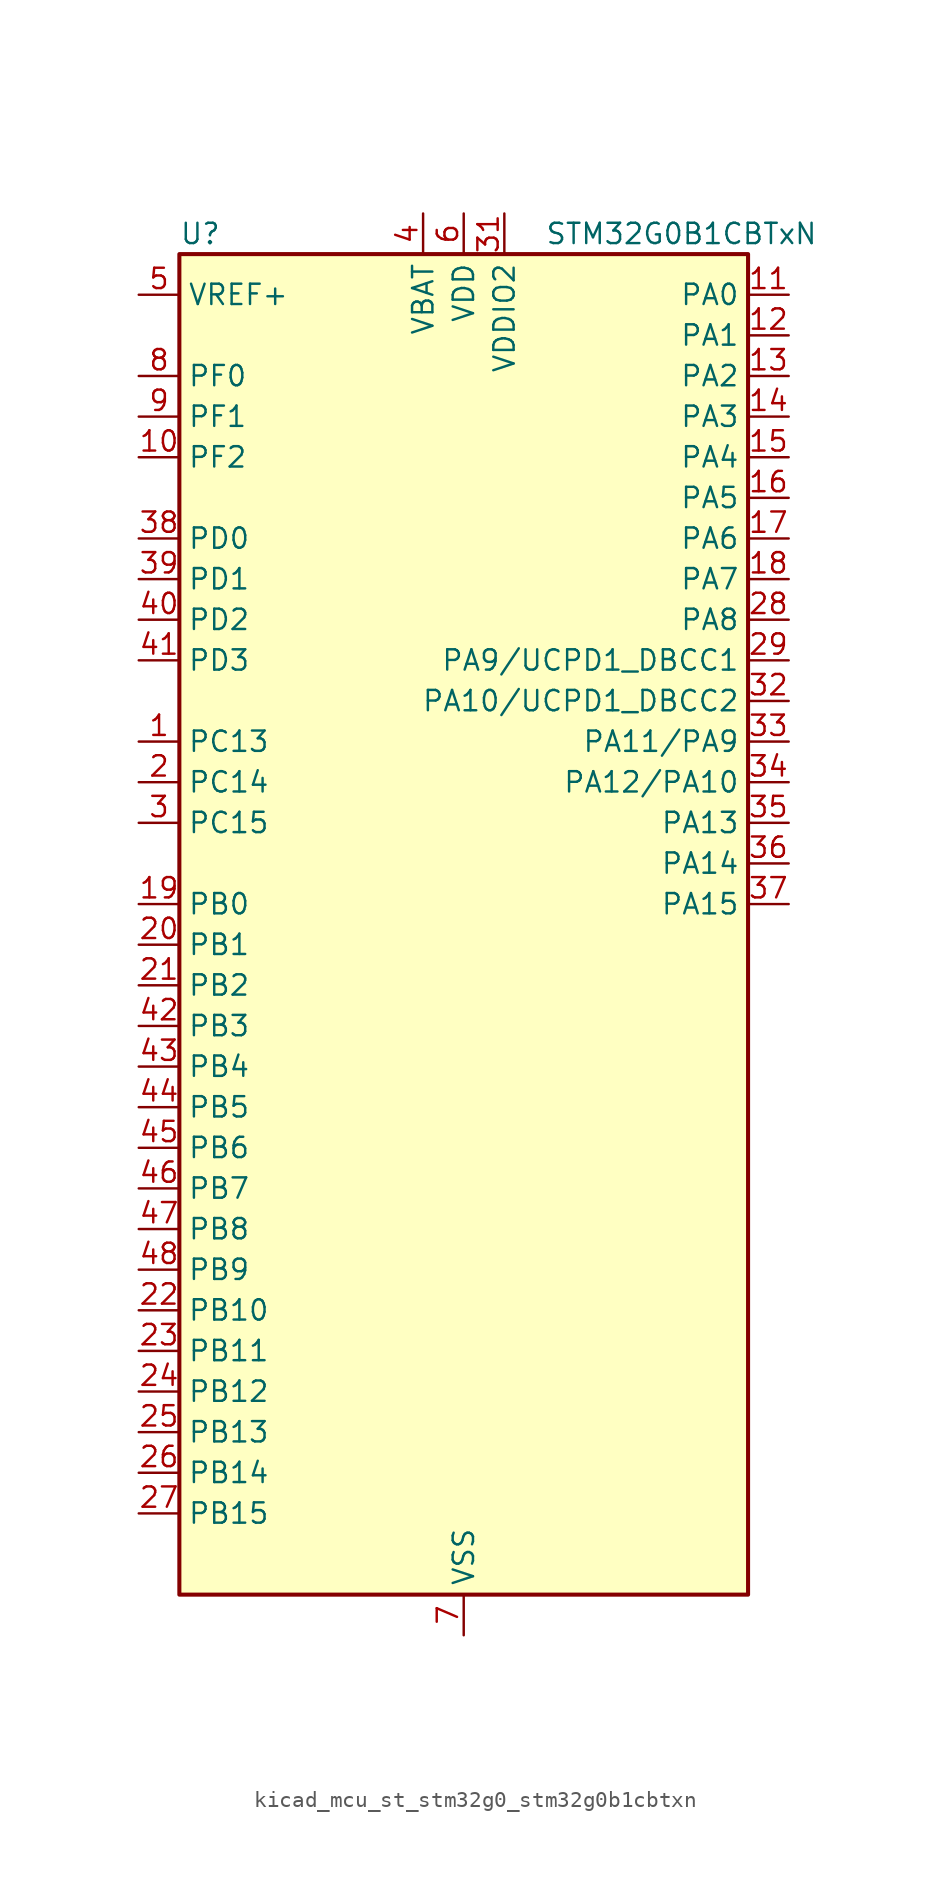
<source format=kicad_sym>
(kicad_symbol_lib
  (version 20220914)
  (generator kicad_symbol_editor)
  (symbol "kicad_mcu_st_stm32g0_stm32g0b1cbtxn"
    (property "Reference" "U"
      (at -17.78 44.45 0)
      (effects (font (size 1.27 1.27)) (justify left)))
    (property "Value" "STM32G0B1CBTxN"
      (at 5.08 44.45 0)
      (effects (font (size 1.27 1.27)) (justify left)))
    (property "ki_locked" ""
      (at 0 0 0)
      (effects (font (size 1.27 1.27))))
    (symbol "kicad_mcu_st_stm32g0_stm32g0b1cbtxn_0_1"
      (rectangle (start -17.78 -40.64) (end 17.78 43.18) (stroke (width 0.254) (type default)) (fill (type background))))
    (symbol "kicad_mcu_st_stm32g0_stm32g0b1cbtxn_1_1"
      (pin bidirectional line (at -20.32 12.7 0) (length 2.54) (name "PC13" (effects (font (size 1.27 1.27)))) (number "1" (effects (font (size 1.27 1.27)))) (alternate "RTC_OUT1" bidirectional line) (alternate "RTC_TAMP_IN1" bidirectional line) (alternate "RTC_TS" bidirectional line) (alternate "SYS_WKUP2" bidirectional line) (alternate "TIM1_BK" bidirectional line))
      (pin bidirectional line (at -20.32 30.48 0) (length 2.54) (name "PF2" (effects (font (size 1.27 1.27)))) (number "10" (effects (font (size 1.27 1.27)))) (alternate "LPUART2_DE" bidirectional line) (alternate "LPUART2_RTS" bidirectional line) (alternate "LPUART2_TX" bidirectional line) (alternate "RCC_MCO" bidirectional line))
      (pin bidirectional line (at 20.32 40.64 180) (length 2.54) (name "PA0" (effects (font (size 1.27 1.27)))) (number "11" (effects (font (size 1.27 1.27)))) (alternate "ADC1_IN0" bidirectional line) (alternate "COMP1_INM" bidirectional line) (alternate "COMP1_OUT" bidirectional line) (alternate "I2S2_CK" bidirectional line) (alternate "LPTIM1_OUT" bidirectional line) (alternate "RTC_TAMP_IN2" bidirectional line) (alternate "SPI2_SCK" bidirectional line) (alternate "SYS_WKUP1" bidirectional line) (alternate "TIM2_CH1" bidirectional line) (alternate "TIM2_ETR" bidirectional line) (alternate "UCPD2_FRSTX1" bidirectional line) (alternate "UCPD2_FRSTX2" bidirectional line) (alternate "USART2_CTS" bidirectional line) (alternate "USART2_NSS" bidirectional line) (alternate "USART4_TX" bidirectional line))
      (pin bidirectional line (at 20.32 38.1 180) (length 2.54) (name "PA1" (effects (font (size 1.27 1.27)))) (number "12" (effects (font (size 1.27 1.27)))) (alternate "ADC1_IN1" bidirectional line) (alternate "COMP1_INP" bidirectional line) (alternate "I2C1_SMBA" bidirectional line) (alternate "I2S1_CK" bidirectional line) (alternate "SPI1_SCK" bidirectional line) (alternate "TIM15_CH1N" bidirectional line) (alternate "TIM2_CH2" bidirectional line) (alternate "USART2_CK" bidirectional line) (alternate "USART2_DE" bidirectional line) (alternate "USART2_RTS" bidirectional line) (alternate "USART4_RX" bidirectional line))
      (pin bidirectional line (at 20.32 35.56 180) (length 2.54) (name "PA2" (effects (font (size 1.27 1.27)))) (number "13" (effects (font (size 1.27 1.27)))) (alternate "ADC1_IN2" bidirectional line) (alternate "COMP2_INM" bidirectional line) (alternate "COMP2_OUT" bidirectional line) (alternate "I2S1_SD" bidirectional line) (alternate "LPUART1_TX" bidirectional line) (alternate "RCC_LSCO" bidirectional line) (alternate "SPI1_MOSI" bidirectional line) (alternate "SYS_WKUP4" bidirectional line) (alternate "TIM15_CH1" bidirectional line) (alternate "TIM2_CH3" bidirectional line) (alternate "UCPD1_FRSTX1" bidirectional line) (alternate "UCPD1_FRSTX2" bidirectional line) (alternate "USART2_TX" bidirectional line))
      (pin bidirectional line (at 20.32 33.02 180) (length 2.54) (name "PA3" (effects (font (size 1.27 1.27)))) (number "14" (effects (font (size 1.27 1.27)))) (alternate "ADC1_IN3" bidirectional line) (alternate "COMP2_INP" bidirectional line) (alternate "I2S2_MCK" bidirectional line) (alternate "LPUART1_RX" bidirectional line) (alternate "SPI2_MISO" bidirectional line) (alternate "TIM15_CH2" bidirectional line) (alternate "TIM2_CH4" bidirectional line) (alternate "UCPD2_FRSTX1" bidirectional line) (alternate "UCPD2_FRSTX2" bidirectional line) (alternate "USART2_RX" bidirectional line))
      (pin bidirectional line (at 20.32 30.48 180) (length 2.54) (name "PA4" (effects (font (size 1.27 1.27)))) (number "15" (effects (font (size 1.27 1.27)))) (alternate "ADC1_IN4" bidirectional line) (alternate "DAC1_OUT1" bidirectional line) (alternate "I2S1_WS" bidirectional line) (alternate "I2S2_SD" bidirectional line) (alternate "LPTIM2_OUT" bidirectional line) (alternate "RTC_OUT2" bidirectional line) (alternate "SPI1_NSS" bidirectional line) (alternate "SPI2_MOSI" bidirectional line) (alternate "SPI3_NSS" bidirectional line) (alternate "TIM14_CH1" bidirectional line) (alternate "UCPD2_FRSTX1" bidirectional line) (alternate "UCPD2_FRSTX2" bidirectional line) (alternate "USART6_TX" bidirectional line) (alternate "USB_NOE" bidirectional line))
      (pin bidirectional line (at 20.32 27.94 180) (length 2.54) (name "PA5" (effects (font (size 1.27 1.27)))) (number "16" (effects (font (size 1.27 1.27)))) (alternate "ADC1_IN5" bidirectional line) (alternate "CEC" bidirectional line) (alternate "DAC1_OUT2" bidirectional line) (alternate "I2S1_CK" bidirectional line) (alternate "LPTIM2_ETR" bidirectional line) (alternate "SPI1_SCK" bidirectional line) (alternate "TIM2_CH1" bidirectional line) (alternate "TIM2_ETR" bidirectional line) (alternate "UCPD1_FRSTX1" bidirectional line) (alternate "UCPD1_FRSTX2" bidirectional line) (alternate "USART3_TX" bidirectional line) (alternate "USART6_RX" bidirectional line))
      (pin bidirectional line (at 20.32 25.4 180) (length 2.54) (name "PA6" (effects (font (size 1.27 1.27)))) (number "17" (effects (font (size 1.27 1.27)))) (alternate "ADC1_IN6" bidirectional line) (alternate "COMP1_OUT" bidirectional line) (alternate "I2C2_SDA" bidirectional line) (alternate "I2C3_SDA" bidirectional line) (alternate "I2S1_MCK" bidirectional line) (alternate "LPUART1_CTS" bidirectional line) (alternate "SPI1_MISO" bidirectional line) (alternate "TIM16_CH1" bidirectional line) (alternate "TIM1_BK" bidirectional line) (alternate "TIM3_CH1" bidirectional line) (alternate "USART3_CTS" bidirectional line) (alternate "USART3_NSS" bidirectional line) (alternate "USART6_CTS" bidirectional line) (alternate "USART6_NSS" bidirectional line))
      (pin bidirectional line (at 20.32 22.86 180) (length 2.54) (name "PA7" (effects (font (size 1.27 1.27)))) (number "18" (effects (font (size 1.27 1.27)))) (alternate "ADC1_IN7" bidirectional line) (alternate "COMP2_OUT" bidirectional line) (alternate "I2C2_SCL" bidirectional line) (alternate "I2C3_SCL" bidirectional line) (alternate "I2S1_SD" bidirectional line) (alternate "SPI1_MOSI" bidirectional line) (alternate "TIM14_CH1" bidirectional line) (alternate "TIM17_CH1" bidirectional line) (alternate "TIM1_CH1N" bidirectional line) (alternate "TIM3_CH2" bidirectional line) (alternate "UCPD1_FRSTX1" bidirectional line) (alternate "UCPD1_FRSTX2" bidirectional line) (alternate "USART6_CK" bidirectional line) (alternate "USART6_DE" bidirectional line) (alternate "USART6_RTS" bidirectional line))
      (pin bidirectional line (at -20.32 2.54 0) (length 2.54) (name "PB0" (effects (font (size 1.27 1.27)))) (number "19" (effects (font (size 1.27 1.27)))) (alternate "ADC1_IN8" bidirectional line) (alternate "COMP1_OUT" bidirectional line) (alternate "COMP3_INP" bidirectional line) (alternate "FDCAN2_RX" bidirectional line) (alternate "I2S1_WS" bidirectional line) (alternate "LPTIM1_OUT" bidirectional line) (alternate "LPUART2_CTS" bidirectional line) (alternate "SPI1_NSS" bidirectional line) (alternate "TIM1_CH2N" bidirectional line) (alternate "TIM3_CH3" bidirectional line) (alternate "UCPD1_FRSTX1" bidirectional line) (alternate "UCPD1_FRSTX2" bidirectional line) (alternate "USART3_RX" bidirectional line) (alternate "USART5_TX" bidirectional line))
      (pin bidirectional line (at -20.32 10.16 0) (length 2.54) (name "PC14" (effects (font (size 1.27 1.27)))) (number "2" (effects (font (size 1.27 1.27)))) (alternate "RCC_OSC32_IN" bidirectional line) (alternate "TIM1_BK2" bidirectional line))
      (pin bidirectional line (at -20.32 0 0) (length 2.54) (name "PB1" (effects (font (size 1.27 1.27)))) (number "20" (effects (font (size 1.27 1.27)))) (alternate "ADC1_IN9" bidirectional line) (alternate "COMP1_INM" bidirectional line) (alternate "COMP3_OUT" bidirectional line) (alternate "FDCAN2_TX" bidirectional line) (alternate "LPTIM2_IN1" bidirectional line) (alternate "LPUART1_DE" bidirectional line) (alternate "LPUART1_RTS" bidirectional line) (alternate "LPUART2_DE" bidirectional line) (alternate "LPUART2_RTS" bidirectional line) (alternate "TIM14_CH1" bidirectional line) (alternate "TIM1_CH3N" bidirectional line) (alternate "TIM3_CH4" bidirectional line) (alternate "USART3_CK" bidirectional line) (alternate "USART3_DE" bidirectional line) (alternate "USART3_RTS" bidirectional line) (alternate "USART5_RX" bidirectional line))
      (pin bidirectional line (at -20.32 -2.54 0) (length 2.54) (name "PB2" (effects (font (size 1.27 1.27)))) (number "21" (effects (font (size 1.27 1.27)))) (alternate "ADC1_IN10" bidirectional line) (alternate "COMP1_INP" bidirectional line) (alternate "COMP3_INM" bidirectional line) (alternate "I2S2_MCK" bidirectional line) (alternate "LPTIM1_OUT" bidirectional line) (alternate "RCC_MCO_2" bidirectional line) (alternate "SPI2_MISO" bidirectional line) (alternate "USART3_TX" bidirectional line))
      (pin bidirectional line (at -20.32 -22.86 0) (length 2.54) (name "PB10" (effects (font (size 1.27 1.27)))) (number "22" (effects (font (size 1.27 1.27)))) (alternate "ADC1_IN11" bidirectional line) (alternate "CEC" bidirectional line) (alternate "COMP1_OUT" bidirectional line) (alternate "I2C2_SCL" bidirectional line) (alternate "I2S2_CK" bidirectional line) (alternate "LPUART1_RX" bidirectional line) (alternate "SPI2_SCK" bidirectional line) (alternate "TIM2_CH3" bidirectional line) (alternate "USART3_TX" bidirectional line))
      (pin bidirectional line (at -20.32 -25.4 0) (length 2.54) (name "PB11" (effects (font (size 1.27 1.27)))) (number "23" (effects (font (size 1.27 1.27)))) (alternate "ADC1_EXTI11" bidirectional line) (alternate "ADC1_IN15" bidirectional line) (alternate "COMP2_OUT" bidirectional line) (alternate "I2C2_SDA" bidirectional line) (alternate "I2S2_SD" bidirectional line) (alternate "LPUART1_TX" bidirectional line) (alternate "SPI2_MOSI" bidirectional line) (alternate "TIM2_CH4" bidirectional line) (alternate "USART3_RX" bidirectional line))
      (pin bidirectional line (at -20.32 -27.94 0) (length 2.54) (name "PB12" (effects (font (size 1.27 1.27)))) (number "24" (effects (font (size 1.27 1.27)))) (alternate "ADC1_IN16" bidirectional line) (alternate "FDCAN2_RX" bidirectional line) (alternate "I2C2_SMBA" bidirectional line) (alternate "I2S2_WS" bidirectional line) (alternate "LPUART1_DE" bidirectional line) (alternate "LPUART1_RTS" bidirectional line) (alternate "SPI2_NSS" bidirectional line) (alternate "TIM15_BK" bidirectional line) (alternate "TIM1_BK" bidirectional line) (alternate "UCPD2_FRSTX1" bidirectional line) (alternate "UCPD2_FRSTX2" bidirectional line))
      (pin bidirectional line (at -20.32 -30.48 0) (length 2.54) (name "PB13" (effects (font (size 1.27 1.27)))) (number "25" (effects (font (size 1.27 1.27)))) (alternate "FDCAN2_TX" bidirectional line) (alternate "I2C2_SCL" bidirectional line) (alternate "I2S2_CK" bidirectional line) (alternate "LPUART1_CTS" bidirectional line) (alternate "SPI2_SCK" bidirectional line) (alternate "TIM15_CH1N" bidirectional line) (alternate "TIM1_CH1N" bidirectional line) (alternate "USART3_CTS" bidirectional line) (alternate "USART3_NSS" bidirectional line))
      (pin bidirectional line (at -20.32 -33.02 0) (length 2.54) (name "PB14" (effects (font (size 1.27 1.27)))) (number "26" (effects (font (size 1.27 1.27)))) (alternate "I2C2_SDA" bidirectional line) (alternate "I2S2_MCK" bidirectional line) (alternate "SPI2_MISO" bidirectional line) (alternate "TIM15_CH1" bidirectional line) (alternate "TIM1_CH2N" bidirectional line) (alternate "UCPD1_FRSTX1" bidirectional line) (alternate "UCPD1_FRSTX2" bidirectional line) (alternate "USART3_CK" bidirectional line) (alternate "USART3_DE" bidirectional line) (alternate "USART3_RTS" bidirectional line) (alternate "USART6_CK" bidirectional line) (alternate "USART6_DE" bidirectional line) (alternate "USART6_RTS" bidirectional line))
      (pin bidirectional line (at -20.32 -35.56 0) (length 2.54) (name "PB15" (effects (font (size 1.27 1.27)))) (number "27" (effects (font (size 1.27 1.27)))) (alternate "I2S2_SD" bidirectional line) (alternate "RTC_REFIN" bidirectional line) (alternate "SPI2_MOSI" bidirectional line) (alternate "TIM15_CH1N" bidirectional line) (alternate "TIM15_CH2" bidirectional line) (alternate "TIM1_CH3N" bidirectional line) (alternate "UCPD1_CC2" bidirectional line) (alternate "USART6_CTS" bidirectional line) (alternate "USART6_NSS" bidirectional line))
      (pin bidirectional line (at 20.32 20.32 180) (length 2.54) (name "PA8" (effects (font (size 1.27 1.27)))) (number "28" (effects (font (size 1.27 1.27)))) (alternate "CRS1_SYNC" bidirectional line) (alternate "I2C2_SMBA" bidirectional line) (alternate "I2S2_WS" bidirectional line) (alternate "LPTIM2_OUT" bidirectional line) (alternate "RCC_MCO" bidirectional line) (alternate "SPI2_NSS" bidirectional line) (alternate "TIM1_CH1" bidirectional line) (alternate "UCPD1_CC1" bidirectional line))
      (pin bidirectional line (at 20.32 17.78 180) (length 2.54) (name "PA9/UCPD1_DBCC1" (effects (font (size 1.27 1.27)))) (number "29" (effects (font (size 1.27 1.27)))) (alternate "DAC1_EXTI9" bidirectional line) (alternate "I2C1_SCL" bidirectional line) (alternate "I2C2_SCL" bidirectional line) (alternate "I2S2_MCK" bidirectional line) (alternate "RCC_MCO" bidirectional line) (alternate "SPI2_MISO" bidirectional line) (alternate "TIM15_BK" bidirectional line) (alternate "TIM1_CH2" bidirectional line) (alternate "UCPD1_DBCC1" bidirectional line) (alternate "USART1_TX" bidirectional line))
      (pin bidirectional line (at -20.32 7.62 0) (length 2.54) (name "PC15" (effects (font (size 1.27 1.27)))) (number "3" (effects (font (size 1.27 1.27)))) (alternate "RCC_OSC32_EN" bidirectional line) (alternate "RCC_OSC32_OUT" bidirectional line) (alternate "RCC_OSC_EN" bidirectional line) (alternate "TIM15_BK" bidirectional line))
      (pin passive line (at 0 -43.18 90) (length 2.54) hide (name "VSS" (effects (font (size 1.27 1.27)))) (number "30" (effects (font (size 1.27 1.27)))))
      (pin power_in line (at 2.54 45.72 270) (length 2.54) (name "VDDIO2" (effects (font (size 1.27 1.27)))) (number "31" (effects (font (size 1.27 1.27)))))
      (pin bidirectional line (at 20.32 15.24 180) (length 2.54) (name "PA10/UCPD1_DBCC2" (effects (font (size 1.27 1.27)))) (number "32" (effects (font (size 1.27 1.27)))) (alternate "I2C1_SDA" bidirectional line) (alternate "I2C2_SDA" bidirectional line) (alternate "I2S2_SD" bidirectional line) (alternate "RCC_MCO_2" bidirectional line) (alternate "SPI2_MOSI" bidirectional line) (alternate "TIM17_BK" bidirectional line) (alternate "TIM1_CH3" bidirectional line) (alternate "UCPD1_DBCC2" bidirectional line) (alternate "USART1_RX" bidirectional line))
      (pin bidirectional line (at 20.32 12.7 180) (length 2.54) (name "PA11/PA9" (effects (font (size 1.27 1.27)))) (number "33" (effects (font (size 1.27 1.27)))) (alternate "ADC1_EXTI11" bidirectional line) (alternate "COMP1_OUT" bidirectional line) (alternate "FDCAN1_RX" bidirectional line) (alternate "I2C2_SCL" bidirectional line) (alternate "I2S1_MCK" bidirectional line) (alternate "SPI1_MISO" bidirectional line) (alternate "TIM1_BK2" bidirectional line) (alternate "TIM1_CH4" bidirectional line) (alternate "USART1_CTS" bidirectional line) (alternate "USART1_NSS" bidirectional line) (alternate "USB_DM" bidirectional line))
      (pin bidirectional line (at 20.32 10.16 180) (length 2.54) (name "PA12/PA10" (effects (font (size 1.27 1.27)))) (number "34" (effects (font (size 1.27 1.27)))) (alternate "COMP2_OUT" bidirectional line) (alternate "FDCAN1_TX" bidirectional line) (alternate "I2C2_SDA" bidirectional line) (alternate "I2S1_SD" bidirectional line) (alternate "I2S_CKIN" bidirectional line) (alternate "SPI1_MOSI" bidirectional line) (alternate "TIM1_ETR" bidirectional line) (alternate "USART1_CK" bidirectional line) (alternate "USART1_DE" bidirectional line) (alternate "USART1_RTS" bidirectional line) (alternate "USB_DP" bidirectional line))
      (pin bidirectional line (at 20.32 7.62 180) (length 2.54) (name "PA13" (effects (font (size 1.27 1.27)))) (number "35" (effects (font (size 1.27 1.27)))) (alternate "IR_OUT" bidirectional line) (alternate "LPUART2_RX" bidirectional line) (alternate "SYS_SWDIO" bidirectional line) (alternate "USB_NOE" bidirectional line))
      (pin bidirectional line (at 20.32 5.08 180) (length 2.54) (name "PA14" (effects (font (size 1.27 1.27)))) (number "36" (effects (font (size 1.27 1.27)))) (alternate "LPUART2_TX" bidirectional line) (alternate "SYS_SWCLK" bidirectional line) (alternate "USART2_TX" bidirectional line))
      (pin bidirectional line (at 20.32 2.54 180) (length 2.54) (name "PA15" (effects (font (size 1.27 1.27)))) (number "37" (effects (font (size 1.27 1.27)))) (alternate "I2C2_SMBA" bidirectional line) (alternate "I2S1_WS" bidirectional line) (alternate "RCC_MCO_2" bidirectional line) (alternate "SPI1_NSS" bidirectional line) (alternate "SPI3_NSS" bidirectional line) (alternate "TIM2_CH1" bidirectional line) (alternate "TIM2_ETR" bidirectional line) (alternate "USART2_RX" bidirectional line) (alternate "USART3_CK" bidirectional line) (alternate "USART3_DE" bidirectional line) (alternate "USART3_RTS" bidirectional line) (alternate "USART4_CK" bidirectional line) (alternate "USART4_DE" bidirectional line) (alternate "USART4_RTS" bidirectional line) (alternate "USB_NOE" bidirectional line))
      (pin bidirectional line (at -20.32 25.4 0) (length 2.54) (name "PD0" (effects (font (size 1.27 1.27)))) (number "38" (effects (font (size 1.27 1.27)))) (alternate "FDCAN1_RX" bidirectional line) (alternate "I2S2_WS" bidirectional line) (alternate "SPI2_NSS" bidirectional line) (alternate "TIM16_CH1" bidirectional line) (alternate "UCPD2_CC1" bidirectional line))
      (pin bidirectional line (at -20.32 22.86 0) (length 2.54) (name "PD1" (effects (font (size 1.27 1.27)))) (number "39" (effects (font (size 1.27 1.27)))) (alternate "FDCAN1_TX" bidirectional line) (alternate "I2S2_CK" bidirectional line) (alternate "SPI2_SCK" bidirectional line) (alternate "TIM17_CH1" bidirectional line) (alternate "UCPD2_DBCC1" bidirectional line))
      (pin power_in line (at -2.54 45.72 270) (length 2.54) (name "VBAT" (effects (font (size 1.27 1.27)))) (number "4" (effects (font (size 1.27 1.27)))))
      (pin bidirectional line (at -20.32 20.32 0) (length 2.54) (name "PD2" (effects (font (size 1.27 1.27)))) (number "40" (effects (font (size 1.27 1.27)))) (alternate "TIM1_CH1N" bidirectional line) (alternate "TIM3_ETR" bidirectional line) (alternate "UCPD2_CC2" bidirectional line) (alternate "USART3_CK" bidirectional line) (alternate "USART3_DE" bidirectional line) (alternate "USART3_RTS" bidirectional line) (alternate "USART5_RX" bidirectional line))
      (pin bidirectional line (at -20.32 17.78 0) (length 2.54) (name "PD3" (effects (font (size 1.27 1.27)))) (number "41" (effects (font (size 1.27 1.27)))) (alternate "I2S2_MCK" bidirectional line) (alternate "SPI2_MISO" bidirectional line) (alternate "TIM1_CH2N" bidirectional line) (alternate "UCPD2_DBCC2" bidirectional line) (alternate "USART2_CTS" bidirectional line) (alternate "USART2_NSS" bidirectional line) (alternate "USART5_TX" bidirectional line))
      (pin bidirectional line (at -20.32 -5.08 0) (length 2.54) (name "PB3" (effects (font (size 1.27 1.27)))) (number "42" (effects (font (size 1.27 1.27)))) (alternate "COMP2_INM" bidirectional line) (alternate "I2C2_SCL" bidirectional line) (alternate "I2C3_SCL" bidirectional line) (alternate "I2S1_CK" bidirectional line) (alternate "SPI1_SCK" bidirectional line) (alternate "SPI3_SCK" bidirectional line) (alternate "TIM1_CH2" bidirectional line) (alternate "TIM2_CH2" bidirectional line) (alternate "USART1_CK" bidirectional line) (alternate "USART1_DE" bidirectional line) (alternate "USART1_RTS" bidirectional line) (alternate "USART5_TX" bidirectional line))
      (pin bidirectional line (at -20.32 -7.62 0) (length 2.54) (name "PB4" (effects (font (size 1.27 1.27)))) (number "43" (effects (font (size 1.27 1.27)))) (alternate "COMP2_INP" bidirectional line) (alternate "I2C2_SDA" bidirectional line) (alternate "I2C3_SDA" bidirectional line) (alternate "I2S1_MCK" bidirectional line) (alternate "SPI1_MISO" bidirectional line) (alternate "SPI3_MISO" bidirectional line) (alternate "TIM17_BK" bidirectional line) (alternate "TIM3_CH1" bidirectional line) (alternate "USART1_CTS" bidirectional line) (alternate "USART1_NSS" bidirectional line) (alternate "USART5_RX" bidirectional line))
      (pin bidirectional line (at -20.32 -10.16 0) (length 2.54) (name "PB5" (effects (font (size 1.27 1.27)))) (number "44" (effects (font (size 1.27 1.27)))) (alternate "COMP2_OUT" bidirectional line) (alternate "FDCAN2_RX" bidirectional line) (alternate "I2C1_SMBA" bidirectional line) (alternate "I2S1_SD" bidirectional line) (alternate "LPTIM1_IN1" bidirectional line) (alternate "SPI1_MOSI" bidirectional line) (alternate "SPI3_MOSI" bidirectional line) (alternate "SYS_WKUP6" bidirectional line) (alternate "TIM16_BK" bidirectional line) (alternate "TIM3_CH2" bidirectional line) (alternate "USART5_CK" bidirectional line) (alternate "USART5_DE" bidirectional line) (alternate "USART5_RTS" bidirectional line))
      (pin bidirectional line (at -20.32 -12.7 0) (length 2.54) (name "PB6" (effects (font (size 1.27 1.27)))) (number "45" (effects (font (size 1.27 1.27)))) (alternate "COMP2_INP" bidirectional line) (alternate "FDCAN2_TX" bidirectional line) (alternate "I2C1_SCL" bidirectional line) (alternate "I2S2_MCK" bidirectional line) (alternate "LPTIM1_ETR" bidirectional line) (alternate "LPUART2_TX" bidirectional line) (alternate "SPI2_MISO" bidirectional line) (alternate "TIM16_CH1N" bidirectional line) (alternate "TIM1_CH3" bidirectional line) (alternate "TIM4_CH1" bidirectional line) (alternate "USART1_TX" bidirectional line) (alternate "USART5_CTS" bidirectional line) (alternate "USART5_NSS" bidirectional line))
      (pin bidirectional line (at -20.32 -15.24 0) (length 2.54) (name "PB7" (effects (font (size 1.27 1.27)))) (number "46" (effects (font (size 1.27 1.27)))) (alternate "COMP2_INM" bidirectional line) (alternate "I2C1_SDA" bidirectional line) (alternate "I2S2_SD" bidirectional line) (alternate "LPTIM1_IN2" bidirectional line) (alternate "LPUART2_RX" bidirectional line) (alternate "SPI2_MOSI" bidirectional line) (alternate "SYS_PVD_IN" bidirectional line) (alternate "TIM17_CH1N" bidirectional line) (alternate "TIM4_CH2" bidirectional line) (alternate "USART1_RX" bidirectional line) (alternate "USART4_CTS" bidirectional line) (alternate "USART4_NSS" bidirectional line))
      (pin bidirectional line (at -20.32 -17.78 0) (length 2.54) (name "PB8" (effects (font (size 1.27 1.27)))) (number "47" (effects (font (size 1.27 1.27)))) (alternate "CEC" bidirectional line) (alternate "FDCAN1_RX" bidirectional line) (alternate "I2C1_SCL" bidirectional line) (alternate "I2S2_CK" bidirectional line) (alternate "SPI2_SCK" bidirectional line) (alternate "TIM15_BK" bidirectional line) (alternate "TIM16_CH1" bidirectional line) (alternate "TIM4_CH3" bidirectional line) (alternate "USART3_TX" bidirectional line) (alternate "USART6_TX" bidirectional line))
      (pin bidirectional line (at -20.32 -20.32 0) (length 2.54) (name "PB9" (effects (font (size 1.27 1.27)))) (number "48" (effects (font (size 1.27 1.27)))) (alternate "DAC1_EXTI9" bidirectional line) (alternate "FDCAN1_TX" bidirectional line) (alternate "I2C1_SDA" bidirectional line) (alternate "I2S2_WS" bidirectional line) (alternate "IR_OUT" bidirectional line) (alternate "SPI2_NSS" bidirectional line) (alternate "TIM17_CH1" bidirectional line) (alternate "TIM4_CH4" bidirectional line) (alternate "UCPD2_FRSTX1" bidirectional line) (alternate "UCPD2_FRSTX2" bidirectional line) (alternate "USART3_RX" bidirectional line) (alternate "USART6_RX" bidirectional line))
      (pin input line (at -20.32 40.64 0) (length 2.54) (name "VREF+" (effects (font (size 1.27 1.27)))) (number "5" (effects (font (size 1.27 1.27)))) (alternate "VREFBUF_OUT" bidirectional line))
      (pin power_in line (at 0 45.72 270) (length 2.54) (name "VDD" (effects (font (size 1.27 1.27)))) (number "6" (effects (font (size 1.27 1.27)))))
      (pin power_in line (at 0 -43.18 90) (length 2.54) (name "VSS" (effects (font (size 1.27 1.27)))) (number "7" (effects (font (size 1.27 1.27)))))
      (pin bidirectional line (at -20.32 35.56 0) (length 2.54) (name "PF0" (effects (font (size 1.27 1.27)))) (number "8" (effects (font (size 1.27 1.27)))) (alternate "CRS1_SYNC" bidirectional line) (alternate "RCC_OSC_IN" bidirectional line) (alternate "TIM14_CH1" bidirectional line))
      (pin bidirectional line (at -20.32 33.02 0) (length 2.54) (name "PF1" (effects (font (size 1.27 1.27)))) (number "9" (effects (font (size 1.27 1.27)))) (alternate "RCC_OSC_EN" bidirectional line) (alternate "RCC_OSC_OUT" bidirectional line) (alternate "TIM15_CH1N" bidirectional line)))))
</source>
